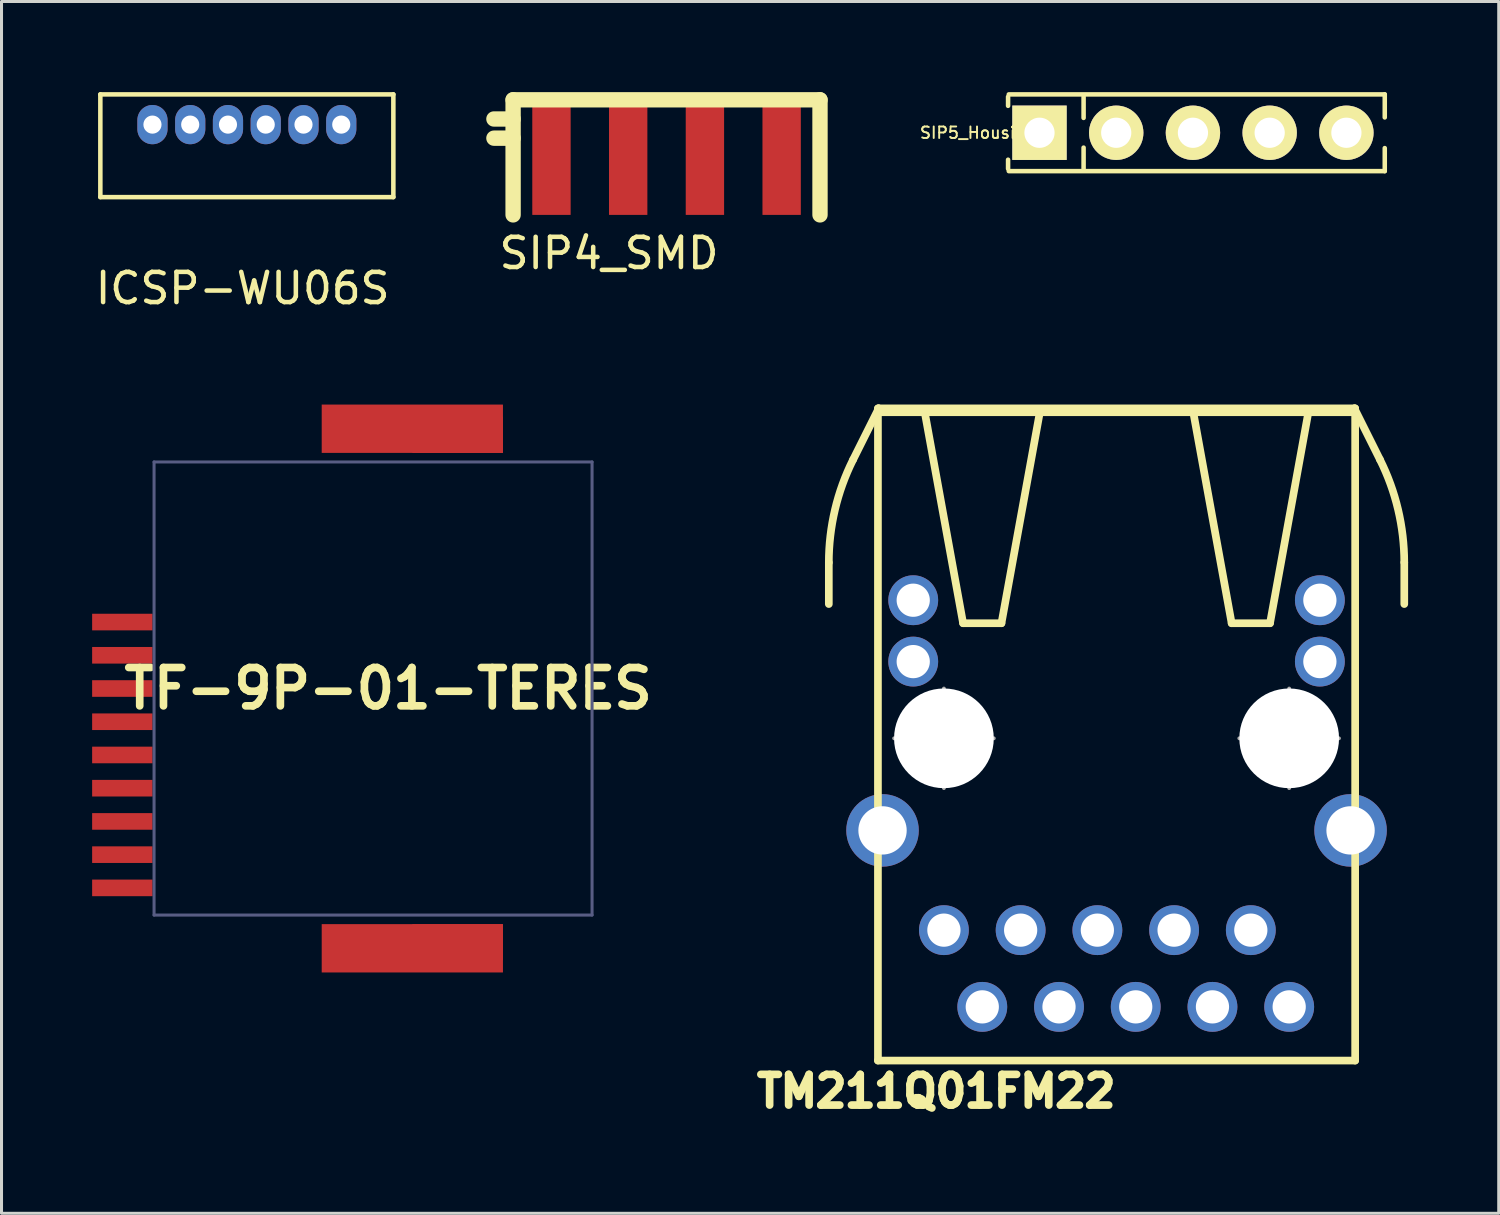
<source format=kicad_pcb>
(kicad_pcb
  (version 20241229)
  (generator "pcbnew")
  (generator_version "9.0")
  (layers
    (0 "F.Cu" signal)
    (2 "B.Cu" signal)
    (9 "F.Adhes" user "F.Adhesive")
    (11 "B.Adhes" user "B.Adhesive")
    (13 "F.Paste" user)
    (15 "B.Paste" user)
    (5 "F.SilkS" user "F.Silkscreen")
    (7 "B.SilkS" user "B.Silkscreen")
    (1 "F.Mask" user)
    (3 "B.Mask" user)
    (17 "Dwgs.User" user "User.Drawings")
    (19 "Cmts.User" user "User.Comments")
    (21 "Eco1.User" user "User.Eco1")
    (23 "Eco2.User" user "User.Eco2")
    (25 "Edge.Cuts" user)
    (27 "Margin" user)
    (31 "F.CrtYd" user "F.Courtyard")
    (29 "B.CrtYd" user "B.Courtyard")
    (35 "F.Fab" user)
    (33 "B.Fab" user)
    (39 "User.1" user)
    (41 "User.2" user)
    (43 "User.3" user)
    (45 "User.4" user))
  (footprint "ICSP-WU06S"
    (layer "F.Cu")
    (at 5.122 1.075)
    (property "Reference" "ICSP-WU06S" (at -0.14 5.42 0) (layer "F.SilkS") (effects (font (size 1 1) (thickness 0.15))))
    (attr smd)
    (fp_line (start -4.85 -1) (end 4.85 -1) (stroke (width 0.15) (type solid)) (layer "F.SilkS"))
    (fp_line (start -4.85 2.4) (end -4.85 -1) (stroke (width 0.15) (type solid)) (layer "F.SilkS"))
    (fp_line (start 4.85 -1) (end 4.85 2.4) (stroke (width 0.15) (type solid)) (layer "F.SilkS"))
    (fp_line (start 4.85 2.4) (end -4.85 2.4) (stroke (width 0.15) (type solid)) (layer "F.SilkS"))
    (pad "1" thru_hole oval (at -3.125 0) (size 1 1.3) (drill 0.6) (layers "*.Cu" "*.Mask"))
    (pad "2" thru_hole oval (at -1.875 0) (size 1 1.3) (drill 0.6) (layers "*.Cu" "*.Mask"))
    (pad "3" thru_hole oval (at -0.625 0) (size 1 1.3) (drill 0.6) (layers "*.Cu" "*.Mask"))
    (pad "4" thru_hole oval (at 0.625 0) (size 1 1.3) (drill 0.6) (layers "*.Cu" "*.Mask"))
    (pad "5" thru_hole oval (at 1.875 0) (size 1 1.3) (drill 0.6) (layers "*.Cu" "*.Mask"))
    (pad "6" thru_hole oval (at 3.125 0) (size 1 1.3) (drill 0.6) (layers "*.Cu" "*.Mask")))
  (footprint "TF-9P-01-TERES"
    (layer "F.Cu")
    (at 9.3 19.743)
    (property "Reference" "TF-9P-01-TERES" (at 0.5 0 0) (layer "F.SilkS") (effects (font (size 1.27 1.27) (thickness 0.254))))
    (attr through_hole)
    (fp_line (start -7.25 -7.5) (end 7.25 -7.5) (stroke (width 0.1) (type solid)) (layer "B.Fab"))
    (fp_line (start -7.25 7.5) (end -7.25 -7.5) (stroke (width 0.1) (type solid)) (layer "B.Fab"))
    (fp_line (start 7.25 -7.5) (end 7.25 7.5) (stroke (width 0.1) (type solid)) (layer "B.Fab"))
    (fp_line (start 7.25 7.5) (end -7.25 7.5) (stroke (width 0.1) (type solid)) (layer "B.Fab"))
    (pad "0" smd rect (at 1.3 -8.6 270) (size 1.6 6) (layers "F.Cu"))
    (pad "0" smd rect (at 1.3 8.6 270) (size 1.6 6) (layers "F.Cu"))
    (pad "0" smd rect (at 2.8 -8.4 270) (size 1.2 3) (layers "F.Cu" "F.Mask" "F.Paste"))
    (pad "0" smd rect (at 2.8 8.4 270) (size 1.2 3) (layers "F.Cu" "F.Mask" "F.Paste"))
    (pad "1" smd rect (at -8.3 -2.2 270) (size 0.55 2) (layers "F.Cu" "F.Mask" "F.Paste"))
    (pad "2" smd rect (at -8.3 -1.1 270) (size 0.55 2) (layers "F.Cu" "F.Mask" "F.Paste"))
    (pad "3" smd rect (at -8.3 0 270) (size 0.55 2) (layers "F.Cu" "F.Mask" "F.Paste"))
    (pad "4" smd rect (at -8.3 1.1 270) (size 0.55 2) (layers "F.Cu" "F.Mask" "F.Paste"))
    (pad "5" smd rect (at -8.3 2.2 270) (size 0.55 2) (layers "F.Cu" "F.Mask" "F.Paste"))
    (pad "6" smd rect (at -8.3 3.3 270) (size 0.55 2) (layers "F.Cu" "F.Mask" "F.Paste"))
    (pad "7" smd rect (at -8.3 4.4 270) (size 0.55 2) (layers "F.Cu" "F.Mask" "F.Paste"))
    (pad "8" smd rect (at -8.3 5.5 270) (size 0.55 2) (layers "F.Cu" "F.Mask" "F.Paste"))
    (pad "9" smd rect (at -8.3 6.6 270) (size 0.55 2) (layers "F.Cu" "F.Mask" "F.Paste")))
  (footprint "SIP4_SMD"
    (layer "F.Cu")
    (at 19.016 2.159)
    (property "Reference" "SIP4_SMD" (at -1.905 3.175 0) (layer "F.SilkS") (effects (font (size 1 1) (thickness 0.15))))
    (attr smd)
    (fp_line (start -5.715 -1.27) (end -5.08 -1.27) (stroke (width 0.508) (type solid)) (layer "F.SilkS"))
    (fp_line (start -5.715 -0.635) (end -5.08 -0.635) (stroke (width 0.508) (type solid)) (layer "F.SilkS"))
    (fp_line (start -5.08 -1.905) (end 5.08 -1.905) (stroke (width 0.508) (type solid)) (layer "F.SilkS"))
    (fp_line (start -5.08 1.905) (end -5.08 -1.905) (stroke (width 0.508) (type solid)) (layer "F.SilkS"))
    (fp_line (start 5.08 -1.905) (end 5.08 1.905) (stroke (width 0.508) (type solid)) (layer "F.SilkS"))
    (pad "1" smd rect (at -3.81 0) (size 1.27 3.81) (layers "F.Cu" "F.Mask"))
    (pad "2" smd rect (at -1.27 0) (size 1.27 3.81) (layers "F.Cu" "F.Mask"))
    (pad "3" smd rect (at 1.27 0) (size 1.27 3.81) (layers "F.Cu" "F.Mask"))
    (pad "4" smd rect (at 3.81 0) (size 1.27 3.81) (layers "F.Cu" "F.Mask")))
  (footprint "SIP5_Housing"
    (layer "F.Cu")
    (at 36.442 1.345)
    (property "Reference" "SIP5_Housing" (at -7.112 0 0) (layer "F.SilkS") (effects (font (size 0.381 0.381) (thickness 0.064))))
    (attr smd)
    (fp_line (start -6.12 -1.192) (end -6.12 -0.892) (stroke (width 0.15) (type solid)) (layer "F.SilkS"))
    (fp_line (start -6.12 1.192) (end -6.12 0.892) (stroke (width 0.15) (type solid)) (layer "F.SilkS"))
    (fp_line (start -6.096 -1.27) (end 6.35 -1.27) (stroke (width 0.15) (type solid)) (layer "F.SilkS"))
    (fp_line (start -3.62 -1.192) (end -3.62 -0.492) (stroke (width 0.15) (type solid)) (layer "F.SilkS"))
    (fp_line (start -3.62 1.192) (end -3.62 0.492) (stroke (width 0.15) (type solid)) (layer "F.SilkS"))
    (fp_line (start 6.35 -1.27) (end 6.35 -0.508) (stroke (width 0.15) (type solid)) (layer "F.SilkS"))
    (fp_line (start 6.35 0.508) (end 6.35 1.27) (stroke (width 0.15) (type solid)) (layer "F.SilkS"))
    (fp_line (start 6.35 1.27) (end -6.096 1.27) (stroke (width 0.15) (type solid)) (layer "F.SilkS"))
    (pad "1" thru_hole rect (at -5.08 0 90) (size 1.8 1.8) (drill 1) (layers "*.Cu" "*.Mask" "F.SilkS"))
    (pad "2" thru_hole circle (at -2.54 0 90) (size 1.8 1.8) (drill 1) (layers "*.Cu" "*.Mask" "F.SilkS"))
    (pad "3" thru_hole circle (at 0 0 90) (size 1.8 1.8) (drill 1) (layers "*.Cu" "*.Mask" "F.SilkS"))
    (pad "4" thru_hole circle (at 2.54 0 90) (size 1.8 1.8) (drill 1) (layers "*.Cu" "*.Mask" "F.SilkS"))
    (pad "5" thru_hole circle (at 5.08 0 90) (size 1.8 1.8) (drill 1) (layers "*.Cu" "*.Mask" "F.SilkS")))
  (footprint "TM211Q01FM22"
    (layer "F.Cu")
    (at 33.913 21.392)
    (property "Reference" "TM211Q01FM22" (at -5.969 11.684 0) (layer "F.SilkS") (effects (font (size 1.016 1.016) (thickness 0.254))))
    (attr smd)
    (fp_line (start -9.525 -5.819) (end -9.525 -4.445) (stroke (width 0.254) (type solid)) (layer "F.SilkS"))
    (fp_line (start -7.899 -10.922) (end -7.899 10.668) (stroke (width 0.254) (type solid)) (layer "F.SilkS"))
    (fp_line (start -7.899 10.668) (end 7.899 10.668) (stroke (width 0.254) (type solid)) (layer "F.SilkS"))
    (fp_line (start -7.874 -10.922) (end -8.72 -9.228) (stroke (width 0.254) (type solid)) (layer "F.SilkS"))
    (fp_line (start -7.874 -10.922) (end -7.899 -10.922) (stroke (width 0.254) (type solid)) (layer "F.SilkS"))
    (fp_line (start -6.35 -10.795) (end -5.08 -3.81) (stroke (width 0.254) (type solid)) (layer "F.SilkS"))
    (fp_line (start -5.08 -3.81) (end -3.81 -3.81) (stroke (width 0.254) (type solid)) (layer "F.SilkS"))
    (fp_line (start -3.81 -3.81) (end -2.54 -10.795) (stroke (width 0.254) (type solid)) (layer "F.SilkS"))
    (fp_line (start 2.54 -10.795) (end -7.874 -10.795) (stroke (width 0.254) (type solid)) (layer "F.SilkS"))
    (fp_line (start 2.54 -10.795) (end 3.81 -3.81) (stroke (width 0.254) (type solid)) (layer "F.SilkS"))
    (fp_line (start 3.81 -3.81) (end 5.08 -3.81) (stroke (width 0.254) (type solid)) (layer "F.SilkS"))
    (fp_line (start 5.08 -3.81) (end 6.35 -10.795) (stroke (width 0.254) (type solid)) (layer "F.SilkS"))
    (fp_line (start 6.35 -10.795) (end 2.54 -10.795) (stroke (width 0.254) (type solid)) (layer "F.SilkS"))
    (fp_line (start 7.874 -10.922) (end -7.874 -10.922) (stroke (width 0.254) (type solid)) (layer "F.SilkS"))
    (fp_line (start 7.874 -10.922) (end 8.72 -9.228) (stroke (width 0.254) (type solid)) (layer "F.SilkS"))
    (fp_line (start 7.874 -10.795) (end 6.35 -10.795) (stroke (width 0.254) (type solid)) (layer "F.SilkS"))
    (fp_line (start 7.899 -10.922) (end 7.874 -10.922) (stroke (width 0.254) (type solid)) (layer "F.SilkS"))
    (fp_line (start 7.899 10.668) (end 7.899 -10.922) (stroke (width 0.254) (type solid)) (layer "F.SilkS"))
    (fp_line (start 9.525 -5.819) (end 9.525 -4.445) (stroke (width 0.254) (type solid)) (layer "F.SilkS"))
    (fp_arc (start -9.525 -5.81914) (mid -9.32215 -7.565647) (end -8.7244 -9.219167) (stroke (width 0.254) (type solid)) (layer "F.SilkS"))
    (fp_arc (start 8.71982 -9.22782) (mid 9.319675 -7.575119) (end 9.524762 -5.828927) (stroke (width 0.254) (type solid)) (layer "F.SilkS"))
    (fp_line (start -7.363 0) (end -4.064 0) (stroke (width 0.127) (type solid)) (layer "F.Fab"))
    (fp_line (start -5.715 1.648) (end -5.715 -1.648) (stroke (width 0.127) (type solid)) (layer "F.Fab"))
    (fp_line (start 4.064 0) (end 7.363 0) (stroke (width 0.127) (type solid)) (layer "F.Fab"))
    (fp_line (start 5.715 1.648) (end 5.715 -1.648) (stroke (width 0.127) (type solid)) (layer "F.Fab"))
    (fp_circle (center -5.715 0) (end -6.538 0.823) (stroke (width 0.127) (type solid)) (fill no) (layer "F.Fab"))
    (fp_circle (center 5.715 0) (end 6.538 0.823) (stroke (width 0.127) (type solid)) (fill no) (layer "F.Fab"))
    (pad "" np_thru_hole circle (at -5.715 0) (size 3.3 3.3) (drill 3.3) (layers "*.Cu" "*.Mask"))
    (pad "" np_thru_hole circle (at 5.715 0) (size 3.3 3.3) (drill 3.3) (layers "*.Cu" "*.Mask"))
    (pad "1" thru_hole circle (at -5.715 6.35) (size 1.65 1.65) (drill 1.1) (layers "*.Cu" "*.Mask"))
    (pad "2" thru_hole circle (at -4.445 8.89) (size 1.65 1.65) (drill 1.1) (layers "*.Cu" "*.Mask"))
    (pad "3" thru_hole circle (at -3.175 6.35) (size 1.65 1.65) (drill 1.1) (layers "*.Cu" "*.Mask"))
    (pad "4" thru_hole circle (at -1.905 8.89) (size 1.65 1.65) (drill 1.1) (layers "*.Cu" "*.Mask"))
    (pad "5" thru_hole circle (at -0.635 6.35) (size 1.65 1.65) (drill 1.1) (layers "*.Cu" "*.Mask"))
    (pad "6" thru_hole circle (at 0.635 8.89) (size 1.65 1.65) (drill 1.1) (layers "*.Cu" "*.Mask"))
    (pad "7" thru_hole circle (at 1.905 6.35) (size 1.65 1.65) (drill 1.1) (layers "*.Cu" "*.Mask"))
    (pad "8" thru_hole circle (at 3.175 8.89) (size 1.65 1.65) (drill 1.1) (layers "*.Cu" "*.Mask"))
    (pad "9" thru_hole circle (at 4.445 6.35) (size 1.65 1.65) (drill 1.1) (layers "*.Cu" "*.Mask"))
    (pad "10" thru_hole circle (at 5.715 8.89) (size 1.65 1.65) (drill 1.1) (layers "*.Cu" "*.Mask"))
    (pad "11" thru_hole circle (at -6.731 -2.54) (size 1.65 1.65) (drill 1.1) (layers "*.Cu" "*.Mask"))
    (pad "12" thru_hole circle (at -6.731 -4.572) (size 1.65 1.65) (drill 1.1) (layers "*.Cu" "*.Mask"))
    (pad "13" thru_hole circle (at 6.731 -2.54) (size 1.65 1.65) (drill 1.1) (layers "*.Cu" "*.Mask"))
    (pad "14" thru_hole circle (at 6.731 -4.572) (size 1.65 1.65) (drill 1.1) (layers "*.Cu" "*.Mask"))
    (pad "SH1" thru_hole circle (at -7.747 3.048) (size 2.4 2.4) (drill 1.6) (layers "*.Cu" "*.Mask"))
    (pad "SH2" thru_hole circle (at 7.747 3.048) (size 2.4 2.4) (drill 1.6) (layers "*.Cu" "*.Mask")))
  (gr_rect
    (start -3 -3)
    (end 46.565 37.116)
    (stroke (width 0.1) (type default))
    (fill no)
    (layer "Edge.Cuts")))
</source>
